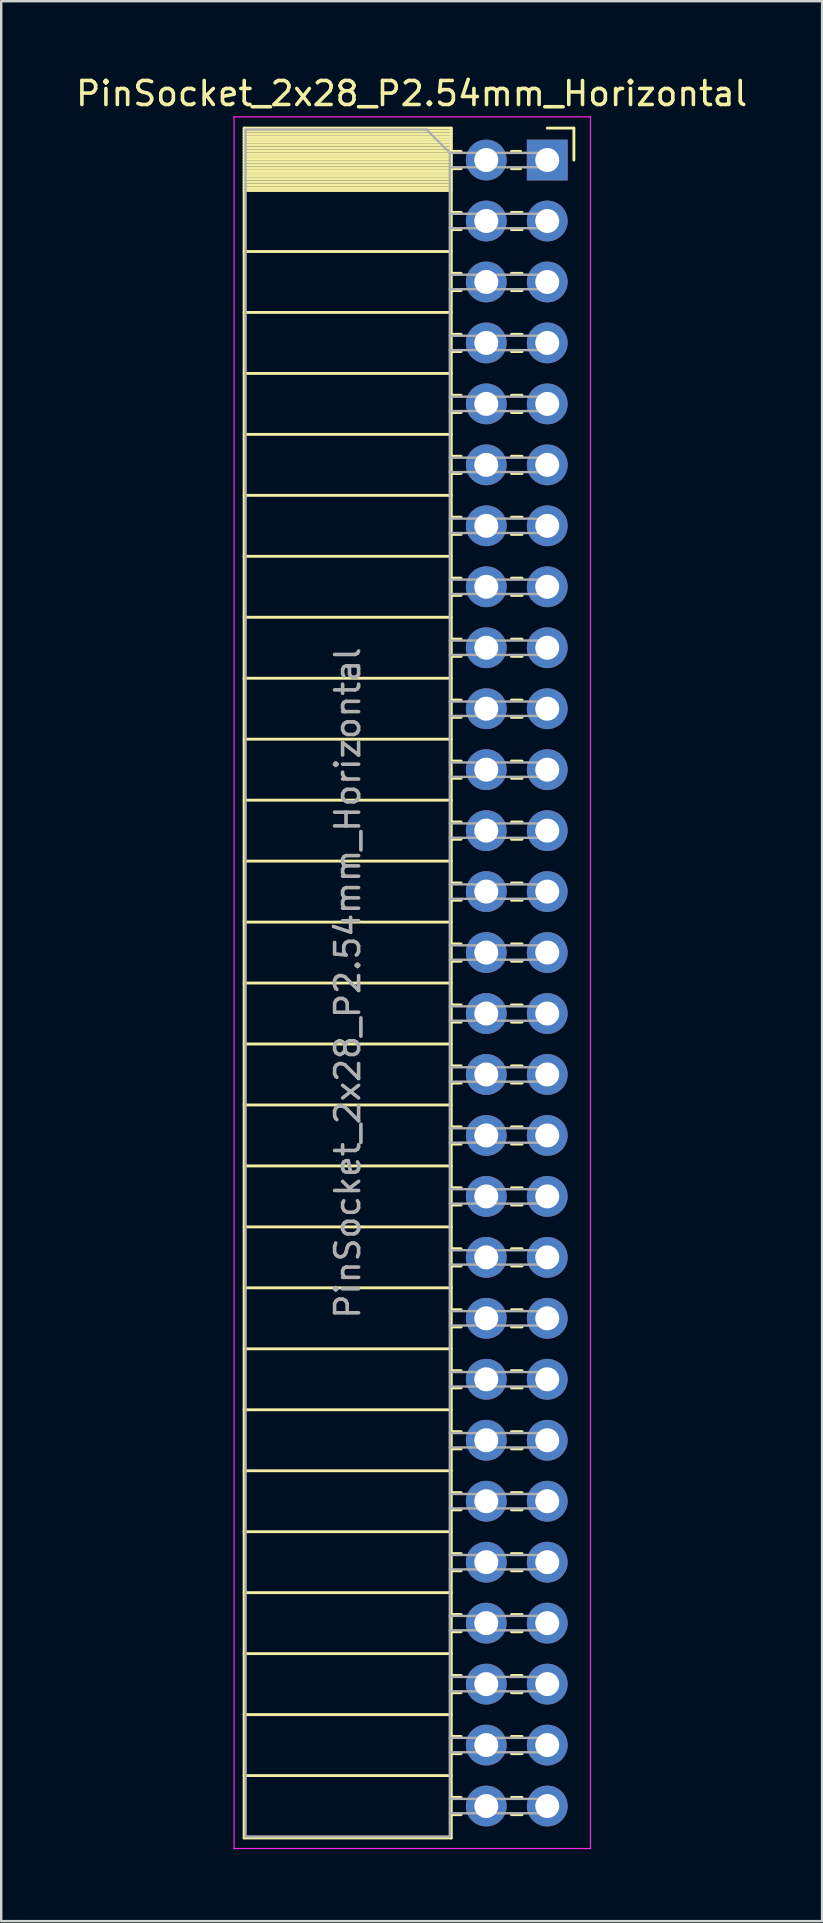
<source format=kicad_pcb>
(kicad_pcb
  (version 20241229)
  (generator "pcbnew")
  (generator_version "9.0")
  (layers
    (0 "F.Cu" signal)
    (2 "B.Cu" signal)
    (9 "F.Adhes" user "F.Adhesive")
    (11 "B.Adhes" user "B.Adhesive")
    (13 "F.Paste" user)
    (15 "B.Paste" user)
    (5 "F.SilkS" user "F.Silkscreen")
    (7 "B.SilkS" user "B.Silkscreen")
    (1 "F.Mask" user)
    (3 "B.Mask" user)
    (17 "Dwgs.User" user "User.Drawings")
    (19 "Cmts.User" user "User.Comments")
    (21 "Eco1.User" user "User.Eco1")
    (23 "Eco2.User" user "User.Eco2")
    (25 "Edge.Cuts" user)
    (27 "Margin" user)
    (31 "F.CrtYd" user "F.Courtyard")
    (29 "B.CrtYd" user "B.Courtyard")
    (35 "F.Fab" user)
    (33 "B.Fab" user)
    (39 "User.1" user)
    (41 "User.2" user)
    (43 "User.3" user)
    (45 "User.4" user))
  (footprint "PinSocket_2x28_P2.54mm_Horizontal"
    (layer "F.Cu")
    (at 19.751 3.618)
    (property "Reference" "PinSocket_2x28_P2.54mm_Horizontal" (at -5.65 -2.77 0) (layer "F.SilkS") (effects (font (size 1 1) (thickness 0.15))))
    (attr through_hole)
    (fp_line (start -12.63 -1.33) (end -12.63 69.91) (stroke (width 0.12) (type solid)) (layer "F.SilkS"))
    (fp_line (start -12.63 -1.33) (end -4 -1.33) (stroke (width 0.12) (type solid)) (layer "F.SilkS"))
    (fp_line (start -12.63 -1.21) (end -4 -1.21) (stroke (width 0.12) (type solid)) (layer "F.SilkS"))
    (fp_line (start -12.63 -1.092) (end -4 -1.092) (stroke (width 0.12) (type solid)) (layer "F.SilkS"))
    (fp_line (start -12.63 -0.974) (end -4 -0.974) (stroke (width 0.12) (type solid)) (layer "F.SilkS"))
    (fp_line (start -12.63 -0.856) (end -4 -0.856) (stroke (width 0.12) (type solid)) (layer "F.SilkS"))
    (fp_line (start -12.63 -0.738) (end -4 -0.738) (stroke (width 0.12) (type solid)) (layer "F.SilkS"))
    (fp_line (start -12.63 -0.62) (end -4 -0.62) (stroke (width 0.12) (type solid)) (layer "F.SilkS"))
    (fp_line (start -12.63 -0.501) (end -4 -0.501) (stroke (width 0.12) (type solid)) (layer "F.SilkS"))
    (fp_line (start -12.63 -0.383) (end -4 -0.383) (stroke (width 0.12) (type solid)) (layer "F.SilkS"))
    (fp_line (start -12.63 -0.265) (end -4 -0.265) (stroke (width 0.12) (type solid)) (layer "F.SilkS"))
    (fp_line (start -12.63 -0.147) (end -4 -0.147) (stroke (width 0.12) (type solid)) (layer "F.SilkS"))
    (fp_line (start -12.63 -0.029) (end -4 -0.029) (stroke (width 0.12) (type solid)) (layer "F.SilkS"))
    (fp_line (start -12.63 0.089) (end -4 0.089) (stroke (width 0.12) (type solid)) (layer "F.SilkS"))
    (fp_line (start -12.63 0.207) (end -4 0.207) (stroke (width 0.12) (type solid)) (layer "F.SilkS"))
    (fp_line (start -12.63 0.325) (end -4 0.325) (stroke (width 0.12) (type solid)) (layer "F.SilkS"))
    (fp_line (start -12.63 0.443) (end -4 0.443) (stroke (width 0.12) (type solid)) (layer "F.SilkS"))
    (fp_line (start -12.63 0.561) (end -4 0.561) (stroke (width 0.12) (type solid)) (layer "F.SilkS"))
    (fp_line (start -12.63 0.68) (end -4 0.68) (stroke (width 0.12) (type solid)) (layer "F.SilkS"))
    (fp_line (start -12.63 0.798) (end -4 0.798) (stroke (width 0.12) (type solid)) (layer "F.SilkS"))
    (fp_line (start -12.63 0.916) (end -4 0.916) (stroke (width 0.12) (type solid)) (layer "F.SilkS"))
    (fp_line (start -12.63 1.034) (end -4 1.034) (stroke (width 0.12) (type solid)) (layer "F.SilkS"))
    (fp_line (start -12.63 1.152) (end -4 1.152) (stroke (width 0.12) (type solid)) (layer "F.SilkS"))
    (fp_line (start -12.63 1.27) (end -4 1.27) (stroke (width 0.12) (type solid)) (layer "F.SilkS"))
    (fp_line (start -12.63 3.81) (end -4 3.81) (stroke (width 0.12) (type solid)) (layer "F.SilkS"))
    (fp_line (start -12.63 6.35) (end -4 6.35) (stroke (width 0.12) (type solid)) (layer "F.SilkS"))
    (fp_line (start -12.63 8.89) (end -4 8.89) (stroke (width 0.12) (type solid)) (layer "F.SilkS"))
    (fp_line (start -12.63 11.43) (end -4 11.43) (stroke (width 0.12) (type solid)) (layer "F.SilkS"))
    (fp_line (start -12.63 13.97) (end -4 13.97) (stroke (width 0.12) (type solid)) (layer "F.SilkS"))
    (fp_line (start -12.63 16.51) (end -4 16.51) (stroke (width 0.12) (type solid)) (layer "F.SilkS"))
    (fp_line (start -12.63 19.05) (end -4 19.05) (stroke (width 0.12) (type solid)) (layer "F.SilkS"))
    (fp_line (start -12.63 21.59) (end -4 21.59) (stroke (width 0.12) (type solid)) (layer "F.SilkS"))
    (fp_line (start -12.63 24.13) (end -4 24.13) (stroke (width 0.12) (type solid)) (layer "F.SilkS"))
    (fp_line (start -12.63 26.67) (end -4 26.67) (stroke (width 0.12) (type solid)) (layer "F.SilkS"))
    (fp_line (start -12.63 29.21) (end -4 29.21) (stroke (width 0.12) (type solid)) (layer "F.SilkS"))
    (fp_line (start -12.63 31.75) (end -4 31.75) (stroke (width 0.12) (type solid)) (layer "F.SilkS"))
    (fp_line (start -12.63 34.29) (end -4 34.29) (stroke (width 0.12) (type solid)) (layer "F.SilkS"))
    (fp_line (start -12.63 36.83) (end -4 36.83) (stroke (width 0.12) (type solid)) (layer "F.SilkS"))
    (fp_line (start -12.63 39.37) (end -4 39.37) (stroke (width 0.12) (type solid)) (layer "F.SilkS"))
    (fp_line (start -12.63 41.91) (end -4 41.91) (stroke (width 0.12) (type solid)) (layer "F.SilkS"))
    (fp_line (start -12.63 44.45) (end -4 44.45) (stroke (width 0.12) (type solid)) (layer "F.SilkS"))
    (fp_line (start -12.63 46.99) (end -4 46.99) (stroke (width 0.12) (type solid)) (layer "F.SilkS"))
    (fp_line (start -12.63 49.53) (end -4 49.53) (stroke (width 0.12) (type solid)) (layer "F.SilkS"))
    (fp_line (start -12.63 52.07) (end -4 52.07) (stroke (width 0.12) (type solid)) (layer "F.SilkS"))
    (fp_line (start -12.63 54.61) (end -4 54.61) (stroke (width 0.12) (type solid)) (layer "F.SilkS"))
    (fp_line (start -12.63 57.15) (end -4 57.15) (stroke (width 0.12) (type solid)) (layer "F.SilkS"))
    (fp_line (start -12.63 59.69) (end -4 59.69) (stroke (width 0.12) (type solid)) (layer "F.SilkS"))
    (fp_line (start -12.63 62.23) (end -4 62.23) (stroke (width 0.12) (type solid)) (layer "F.SilkS"))
    (fp_line (start -12.63 64.77) (end -4 64.77) (stroke (width 0.12) (type solid)) (layer "F.SilkS"))
    (fp_line (start -12.63 67.31) (end -4 67.31) (stroke (width 0.12) (type solid)) (layer "F.SilkS"))
    (fp_line (start -12.63 69.91) (end -4 69.91) (stroke (width 0.12) (type solid)) (layer "F.SilkS"))
    (fp_line (start -4 -1.33) (end -4 69.91) (stroke (width 0.12) (type solid)) (layer "F.SilkS"))
    (fp_line (start -4 -0.36) (end -3.59 -0.36) (stroke (width 0.12) (type solid)) (layer "F.SilkS"))
    (fp_line (start -4 0.36) (end -3.59 0.36) (stroke (width 0.12) (type solid)) (layer "F.SilkS"))
    (fp_line (start -4 2.18) (end -3.59 2.18) (stroke (width 0.12) (type solid)) (layer "F.SilkS"))
    (fp_line (start -4 2.9) (end -3.59 2.9) (stroke (width 0.12) (type solid)) (layer "F.SilkS"))
    (fp_line (start -4 4.72) (end -3.59 4.72) (stroke (width 0.12) (type solid)) (layer "F.SilkS"))
    (fp_line (start -4 5.44) (end -3.59 5.44) (stroke (width 0.12) (type solid)) (layer "F.SilkS"))
    (fp_line (start -4 7.26) (end -3.59 7.26) (stroke (width 0.12) (type solid)) (layer "F.SilkS"))
    (fp_line (start -4 7.98) (end -3.59 7.98) (stroke (width 0.12) (type solid)) (layer "F.SilkS"))
    (fp_line (start -4 9.8) (end -3.59 9.8) (stroke (width 0.12) (type solid)) (layer "F.SilkS"))
    (fp_line (start -4 10.52) (end -3.59 10.52) (stroke (width 0.12) (type solid)) (layer "F.SilkS"))
    (fp_line (start -4 12.34) (end -3.59 12.34) (stroke (width 0.12) (type solid)) (layer "F.SilkS"))
    (fp_line (start -4 13.06) (end -3.59 13.06) (stroke (width 0.12) (type solid)) (layer "F.SilkS"))
    (fp_line (start -4 14.88) (end -3.59 14.88) (stroke (width 0.12) (type solid)) (layer "F.SilkS"))
    (fp_line (start -4 15.6) (end -3.59 15.6) (stroke (width 0.12) (type solid)) (layer "F.SilkS"))
    (fp_line (start -4 17.42) (end -3.59 17.42) (stroke (width 0.12) (type solid)) (layer "F.SilkS"))
    (fp_line (start -4 18.14) (end -3.59 18.14) (stroke (width 0.12) (type solid)) (layer "F.SilkS"))
    (fp_line (start -4 19.96) (end -3.59 19.96) (stroke (width 0.12) (type solid)) (layer "F.SilkS"))
    (fp_line (start -4 20.68) (end -3.59 20.68) (stroke (width 0.12) (type solid)) (layer "F.SilkS"))
    (fp_line (start -4 22.5) (end -3.59 22.5) (stroke (width 0.12) (type solid)) (layer "F.SilkS"))
    (fp_line (start -4 23.22) (end -3.59 23.22) (stroke (width 0.12) (type solid)) (layer "F.SilkS"))
    (fp_line (start -4 25.04) (end -3.59 25.04) (stroke (width 0.12) (type solid)) (layer "F.SilkS"))
    (fp_line (start -4 25.76) (end -3.59 25.76) (stroke (width 0.12) (type solid)) (layer "F.SilkS"))
    (fp_line (start -4 27.58) (end -3.59 27.58) (stroke (width 0.12) (type solid)) (layer "F.SilkS"))
    (fp_line (start -4 28.3) (end -3.59 28.3) (stroke (width 0.12) (type solid)) (layer "F.SilkS"))
    (fp_line (start -4 30.12) (end -3.59 30.12) (stroke (width 0.12) (type solid)) (layer "F.SilkS"))
    (fp_line (start -4 30.84) (end -3.59 30.84) (stroke (width 0.12) (type solid)) (layer "F.SilkS"))
    (fp_line (start -4 32.66) (end -3.59 32.66) (stroke (width 0.12) (type solid)) (layer "F.SilkS"))
    (fp_line (start -4 33.38) (end -3.59 33.38) (stroke (width 0.12) (type solid)) (layer "F.SilkS"))
    (fp_line (start -4 35.2) (end -3.59 35.2) (stroke (width 0.12) (type solid)) (layer "F.SilkS"))
    (fp_line (start -4 35.92) (end -3.59 35.92) (stroke (width 0.12) (type solid)) (layer "F.SilkS"))
    (fp_line (start -4 37.74) (end -3.59 37.74) (stroke (width 0.12) (type solid)) (layer "F.SilkS"))
    (fp_line (start -4 38.46) (end -3.59 38.46) (stroke (width 0.12) (type solid)) (layer "F.SilkS"))
    (fp_line (start -4 40.28) (end -3.59 40.28) (stroke (width 0.12) (type solid)) (layer "F.SilkS"))
    (fp_line (start -4 41) (end -3.59 41) (stroke (width 0.12) (type solid)) (layer "F.SilkS"))
    (fp_line (start -4 42.82) (end -3.59 42.82) (stroke (width 0.12) (type solid)) (layer "F.SilkS"))
    (fp_line (start -4 43.54) (end -3.59 43.54) (stroke (width 0.12) (type solid)) (layer "F.SilkS"))
    (fp_line (start -4 45.36) (end -3.59 45.36) (stroke (width 0.12) (type solid)) (layer "F.SilkS"))
    (fp_line (start -4 46.08) (end -3.59 46.08) (stroke (width 0.12) (type solid)) (layer "F.SilkS"))
    (fp_line (start -4 47.9) (end -3.59 47.9) (stroke (width 0.12) (type solid)) (layer "F.SilkS"))
    (fp_line (start -4 48.62) (end -3.59 48.62) (stroke (width 0.12) (type solid)) (layer "F.SilkS"))
    (fp_line (start -4 50.44) (end -3.59 50.44) (stroke (width 0.12) (type solid)) (layer "F.SilkS"))
    (fp_line (start -4 51.16) (end -3.59 51.16) (stroke (width 0.12) (type solid)) (layer "F.SilkS"))
    (fp_line (start -4 52.98) (end -3.59 52.98) (stroke (width 0.12) (type solid)) (layer "F.SilkS"))
    (fp_line (start -4 53.7) (end -3.59 53.7) (stroke (width 0.12) (type solid)) (layer "F.SilkS"))
    (fp_line (start -4 55.52) (end -3.59 55.52) (stroke (width 0.12) (type solid)) (layer "F.SilkS"))
    (fp_line (start -4 56.24) (end -3.59 56.24) (stroke (width 0.12) (type solid)) (layer "F.SilkS"))
    (fp_line (start -4 58.06) (end -3.59 58.06) (stroke (width 0.12) (type solid)) (layer "F.SilkS"))
    (fp_line (start -4 58.78) (end -3.59 58.78) (stroke (width 0.12) (type solid)) (layer "F.SilkS"))
    (fp_line (start -4 60.6) (end -3.59 60.6) (stroke (width 0.12) (type solid)) (layer "F.SilkS"))
    (fp_line (start -4 61.32) (end -3.59 61.32) (stroke (width 0.12) (type solid)) (layer "F.SilkS"))
    (fp_line (start -4 63.14) (end -3.59 63.14) (stroke (width 0.12) (type solid)) (layer "F.SilkS"))
    (fp_line (start -4 63.86) (end -3.59 63.86) (stroke (width 0.12) (type solid)) (layer "F.SilkS"))
    (fp_line (start -4 65.68) (end -3.59 65.68) (stroke (width 0.12) (type solid)) (layer "F.SilkS"))
    (fp_line (start -4 66.4) (end -3.59 66.4) (stroke (width 0.12) (type solid)) (layer "F.SilkS"))
    (fp_line (start -4 68.22) (end -3.59 68.22) (stroke (width 0.12) (type solid)) (layer "F.SilkS"))
    (fp_line (start -4 68.94) (end -3.59 68.94) (stroke (width 0.12) (type solid)) (layer "F.SilkS"))
    (fp_line (start -1.49 -0.36) (end -1.11 -0.36) (stroke (width 0.12) (type solid)) (layer "F.SilkS"))
    (fp_line (start -1.49 0.36) (end -1.11 0.36) (stroke (width 0.12) (type solid)) (layer "F.SilkS"))
    (fp_line (start -1.49 2.18) (end -1.05 2.18) (stroke (width 0.12) (type solid)) (layer "F.SilkS"))
    (fp_line (start -1.49 2.9) (end -1.05 2.9) (stroke (width 0.12) (type solid)) (layer "F.SilkS"))
    (fp_line (start -1.49 4.72) (end -1.05 4.72) (stroke (width 0.12) (type solid)) (layer "F.SilkS"))
    (fp_line (start -1.49 5.44) (end -1.05 5.44) (stroke (width 0.12) (type solid)) (layer "F.SilkS"))
    (fp_line (start -1.49 7.26) (end -1.05 7.26) (stroke (width 0.12) (type solid)) (layer "F.SilkS"))
    (fp_line (start -1.49 7.98) (end -1.05 7.98) (stroke (width 0.12) (type solid)) (layer "F.SilkS"))
    (fp_line (start -1.49 9.8) (end -1.05 9.8) (stroke (width 0.12) (type solid)) (layer "F.SilkS"))
    (fp_line (start -1.49 10.52) (end -1.05 10.52) (stroke (width 0.12) (type solid)) (layer "F.SilkS"))
    (fp_line (start -1.49 12.34) (end -1.05 12.34) (stroke (width 0.12) (type solid)) (layer "F.SilkS"))
    (fp_line (start -1.49 13.06) (end -1.05 13.06) (stroke (width 0.12) (type solid)) (layer "F.SilkS"))
    (fp_line (start -1.49 14.88) (end -1.05 14.88) (stroke (width 0.12) (type solid)) (layer "F.SilkS"))
    (fp_line (start -1.49 15.6) (end -1.05 15.6) (stroke (width 0.12) (type solid)) (layer "F.SilkS"))
    (fp_line (start -1.49 17.42) (end -1.05 17.42) (stroke (width 0.12) (type solid)) (layer "F.SilkS"))
    (fp_line (start -1.49 18.14) (end -1.05 18.14) (stroke (width 0.12) (type solid)) (layer "F.SilkS"))
    (fp_line (start -1.49 19.96) (end -1.05 19.96) (stroke (width 0.12) (type solid)) (layer "F.SilkS"))
    (fp_line (start -1.49 20.68) (end -1.05 20.68) (stroke (width 0.12) (type solid)) (layer "F.SilkS"))
    (fp_line (start -1.49 22.5) (end -1.05 22.5) (stroke (width 0.12) (type solid)) (layer "F.SilkS"))
    (fp_line (start -1.49 23.22) (end -1.05 23.22) (stroke (width 0.12) (type solid)) (layer "F.SilkS"))
    (fp_line (start -1.49 25.04) (end -1.05 25.04) (stroke (width 0.12) (type solid)) (layer "F.SilkS"))
    (fp_line (start -1.49 25.76) (end -1.05 25.76) (stroke (width 0.12) (type solid)) (layer "F.SilkS"))
    (fp_line (start -1.49 27.58) (end -1.05 27.58) (stroke (width 0.12) (type solid)) (layer "F.SilkS"))
    (fp_line (start -1.49 28.3) (end -1.05 28.3) (stroke (width 0.12) (type solid)) (layer "F.SilkS"))
    (fp_line (start -1.49 30.12) (end -1.05 30.12) (stroke (width 0.12) (type solid)) (layer "F.SilkS"))
    (fp_line (start -1.49 30.84) (end -1.05 30.84) (stroke (width 0.12) (type solid)) (layer "F.SilkS"))
    (fp_line (start -1.49 32.66) (end -1.05 32.66) (stroke (width 0.12) (type solid)) (layer "F.SilkS"))
    (fp_line (start -1.49 33.38) (end -1.05 33.38) (stroke (width 0.12) (type solid)) (layer "F.SilkS"))
    (fp_line (start -1.49 35.2) (end -1.05 35.2) (stroke (width 0.12) (type solid)) (layer "F.SilkS"))
    (fp_line (start -1.49 35.92) (end -1.05 35.92) (stroke (width 0.12) (type solid)) (layer "F.SilkS"))
    (fp_line (start -1.49 37.74) (end -1.05 37.74) (stroke (width 0.12) (type solid)) (layer "F.SilkS"))
    (fp_line (start -1.49 38.46) (end -1.05 38.46) (stroke (width 0.12) (type solid)) (layer "F.SilkS"))
    (fp_line (start -1.49 40.28) (end -1.05 40.28) (stroke (width 0.12) (type solid)) (layer "F.SilkS"))
    (fp_line (start -1.49 41) (end -1.05 41) (stroke (width 0.12) (type solid)) (layer "F.SilkS"))
    (fp_line (start -1.49 42.82) (end -1.05 42.82) (stroke (width 0.12) (type solid)) (layer "F.SilkS"))
    (fp_line (start -1.49 43.54) (end -1.05 43.54) (stroke (width 0.12) (type solid)) (layer "F.SilkS"))
    (fp_line (start -1.49 45.36) (end -1.05 45.36) (stroke (width 0.12) (type solid)) (layer "F.SilkS"))
    (fp_line (start -1.49 46.08) (end -1.05 46.08) (stroke (width 0.12) (type solid)) (layer "F.SilkS"))
    (fp_line (start -1.49 47.9) (end -1.05 47.9) (stroke (width 0.12) (type solid)) (layer "F.SilkS"))
    (fp_line (start -1.49 48.62) (end -1.05 48.62) (stroke (width 0.12) (type solid)) (layer "F.SilkS"))
    (fp_line (start -1.49 50.44) (end -1.05 50.44) (stroke (width 0.12) (type solid)) (layer "F.SilkS"))
    (fp_line (start -1.49 51.16) (end -1.05 51.16) (stroke (width 0.12) (type solid)) (layer "F.SilkS"))
    (fp_line (start -1.49 52.98) (end -1.05 52.98) (stroke (width 0.12) (type solid)) (layer "F.SilkS"))
    (fp_line (start -1.49 53.7) (end -1.05 53.7) (stroke (width 0.12) (type solid)) (layer "F.SilkS"))
    (fp_line (start -1.49 55.52) (end -1.05 55.52) (stroke (width 0.12) (type solid)) (layer "F.SilkS"))
    (fp_line (start -1.49 56.24) (end -1.05 56.24) (stroke (width 0.12) (type solid)) (layer "F.SilkS"))
    (fp_line (start -1.49 58.06) (end -1.05 58.06) (stroke (width 0.12) (type solid)) (layer "F.SilkS"))
    (fp_line (start -1.49 58.78) (end -1.05 58.78) (stroke (width 0.12) (type solid)) (layer "F.SilkS"))
    (fp_line (start -1.49 60.6) (end -1.05 60.6) (stroke (width 0.12) (type solid)) (layer "F.SilkS"))
    (fp_line (start -1.49 61.32) (end -1.05 61.32) (stroke (width 0.12) (type solid)) (layer "F.SilkS"))
    (fp_line (start -1.49 63.14) (end -1.05 63.14) (stroke (width 0.12) (type solid)) (layer "F.SilkS"))
    (fp_line (start -1.49 63.86) (end -1.05 63.86) (stroke (width 0.12) (type solid)) (layer "F.SilkS"))
    (fp_line (start -1.49 65.68) (end -1.05 65.68) (stroke (width 0.12) (type solid)) (layer "F.SilkS"))
    (fp_line (start -1.49 66.4) (end -1.05 66.4) (stroke (width 0.12) (type solid)) (layer "F.SilkS"))
    (fp_line (start -1.49 68.22) (end -1.05 68.22) (stroke (width 0.12) (type solid)) (layer "F.SilkS"))
    (fp_line (start -1.49 68.94) (end -1.05 68.94) (stroke (width 0.12) (type solid)) (layer "F.SilkS"))
    (fp_line (start 0 -1.33) (end 1.11 -1.33) (stroke (width 0.12) (type solid)) (layer "F.SilkS"))
    (fp_line (start 1.11 -1.33) (end 1.11 0) (stroke (width 0.12) (type solid)) (layer "F.SilkS"))
    (fp_line (start -13.05 -1.8) (end -13.05 70.35) (stroke (width 0.05) (type solid)) (layer "F.CrtYd"))
    (fp_line (start -13.05 70.35) (end 1.8 70.35) (stroke (width 0.05) (type solid)) (layer "F.CrtYd"))
    (fp_line (start 1.8 -1.8) (end -13.05 -1.8) (stroke (width 0.05) (type solid)) (layer "F.CrtYd"))
    (fp_line (start 1.8 70.35) (end 1.8 -1.8) (stroke (width 0.05) (type solid)) (layer "F.CrtYd"))
    (fp_line (start -12.57 -1.27) (end -5.03 -1.27) (stroke (width 0.1) (type solid)) (layer "F.Fab"))
    (fp_line (start -12.57 69.85) (end -12.57 -1.27) (stroke (width 0.1) (type solid)) (layer "F.Fab"))
    (fp_line (start -5.03 -1.27) (end -4.06 -0.3) (stroke (width 0.1) (type solid)) (layer "F.Fab"))
    (fp_line (start -4.06 -0.3) (end -4.06 69.85) (stroke (width 0.1) (type solid)) (layer "F.Fab"))
    (fp_line (start -4.06 0.3) (end 0 0.3) (stroke (width 0.1) (type solid)) (layer "F.Fab"))
    (fp_line (start -4.06 2.84) (end 0 2.84) (stroke (width 0.1) (type solid)) (layer "F.Fab"))
    (fp_line (start -4.06 5.38) (end 0 5.38) (stroke (width 0.1) (type solid)) (layer "F.Fab"))
    (fp_line (start -4.06 7.92) (end 0 7.92) (stroke (width 0.1) (type solid)) (layer "F.Fab"))
    (fp_line (start -4.06 10.46) (end 0 10.46) (stroke (width 0.1) (type solid)) (layer "F.Fab"))
    (fp_line (start -4.06 13) (end 0 13) (stroke (width 0.1) (type solid)) (layer "F.Fab"))
    (fp_line (start -4.06 15.54) (end 0 15.54) (stroke (width 0.1) (type solid)) (layer "F.Fab"))
    (fp_line (start -4.06 18.08) (end 0 18.08) (stroke (width 0.1) (type solid)) (layer "F.Fab"))
    (fp_line (start -4.06 20.62) (end 0 20.62) (stroke (width 0.1) (type solid)) (layer "F.Fab"))
    (fp_line (start -4.06 23.16) (end 0 23.16) (stroke (width 0.1) (type solid)) (layer "F.Fab"))
    (fp_line (start -4.06 25.7) (end 0 25.7) (stroke (width 0.1) (type solid)) (layer "F.Fab"))
    (fp_line (start -4.06 28.24) (end 0 28.24) (stroke (width 0.1) (type solid)) (layer "F.Fab"))
    (fp_line (start -4.06 30.78) (end 0 30.78) (stroke (width 0.1) (type solid)) (layer "F.Fab"))
    (fp_line (start -4.06 33.32) (end 0 33.32) (stroke (width 0.1) (type solid)) (layer "F.Fab"))
    (fp_line (start -4.06 35.86) (end 0 35.86) (stroke (width 0.1) (type solid)) (layer "F.Fab"))
    (fp_line (start -4.06 38.4) (end 0 38.4) (stroke (width 0.1) (type solid)) (layer "F.Fab"))
    (fp_line (start -4.06 40.94) (end 0 40.94) (stroke (width 0.1) (type solid)) (layer "F.Fab"))
    (fp_line (start -4.06 43.48) (end 0 43.48) (stroke (width 0.1) (type solid)) (layer "F.Fab"))
    (fp_line (start -4.06 46.02) (end 0 46.02) (stroke (width 0.1) (type solid)) (layer "F.Fab"))
    (fp_line (start -4.06 48.56) (end 0 48.56) (stroke (width 0.1) (type solid)) (layer "F.Fab"))
    (fp_line (start -4.06 51.1) (end 0 51.1) (stroke (width 0.1) (type solid)) (layer "F.Fab"))
    (fp_line (start -4.06 53.64) (end 0 53.64) (stroke (width 0.1) (type solid)) (layer "F.Fab"))
    (fp_line (start -4.06 56.18) (end 0 56.18) (stroke (width 0.1) (type solid)) (layer "F.Fab"))
    (fp_line (start -4.06 58.72) (end 0 58.72) (stroke (width 0.1) (type solid)) (layer "F.Fab"))
    (fp_line (start -4.06 61.26) (end 0 61.26) (stroke (width 0.1) (type solid)) (layer "F.Fab"))
    (fp_line (start -4.06 63.8) (end 0 63.8) (stroke (width 0.1) (type solid)) (layer "F.Fab"))
    (fp_line (start -4.06 66.34) (end 0 66.34) (stroke (width 0.1) (type solid)) (layer "F.Fab"))
    (fp_line (start -4.06 68.88) (end 0 68.88) (stroke (width 0.1) (type solid)) (layer "F.Fab"))
    (fp_line (start -4.06 69.85) (end -12.57 69.85) (stroke (width 0.1) (type solid)) (layer "F.Fab"))
    (fp_line (start 0 -0.3) (end -4.06 -0.3) (stroke (width 0.1) (type solid)) (layer "F.Fab"))
    (fp_line (start 0 0.3) (end 0 -0.3) (stroke (width 0.1) (type solid)) (layer "F.Fab"))
    (fp_line (start 0 2.24) (end -4.06 2.24) (stroke (width 0.1) (type solid)) (layer "F.Fab"))
    (fp_line (start 0 2.84) (end 0 2.24) (stroke (width 0.1) (type solid)) (layer "F.Fab"))
    (fp_line (start 0 4.78) (end -4.06 4.78) (stroke (width 0.1) (type solid)) (layer "F.Fab"))
    (fp_line (start 0 5.38) (end 0 4.78) (stroke (width 0.1) (type solid)) (layer "F.Fab"))
    (fp_line (start 0 7.32) (end -4.06 7.32) (stroke (width 0.1) (type solid)) (layer "F.Fab"))
    (fp_line (start 0 7.92) (end 0 7.32) (stroke (width 0.1) (type solid)) (layer "F.Fab"))
    (fp_line (start 0 9.86) (end -4.06 9.86) (stroke (width 0.1) (type solid)) (layer "F.Fab"))
    (fp_line (start 0 10.46) (end 0 9.86) (stroke (width 0.1) (type solid)) (layer "F.Fab"))
    (fp_line (start 0 12.4) (end -4.06 12.4) (stroke (width 0.1) (type solid)) (layer "F.Fab"))
    (fp_line (start 0 13) (end 0 12.4) (stroke (width 0.1) (type solid)) (layer "F.Fab"))
    (fp_line (start 0 14.94) (end -4.06 14.94) (stroke (width 0.1) (type solid)) (layer "F.Fab"))
    (fp_line (start 0 15.54) (end 0 14.94) (stroke (width 0.1) (type solid)) (layer "F.Fab"))
    (fp_line (start 0 17.48) (end -4.06 17.48) (stroke (width 0.1) (type solid)) (layer "F.Fab"))
    (fp_line (start 0 18.08) (end 0 17.48) (stroke (width 0.1) (type solid)) (layer "F.Fab"))
    (fp_line (start 0 20.02) (end -4.06 20.02) (stroke (width 0.1) (type solid)) (layer "F.Fab"))
    (fp_line (start 0 20.62) (end 0 20.02) (stroke (width 0.1) (type solid)) (layer "F.Fab"))
    (fp_line (start 0 22.56) (end -4.06 22.56) (stroke (width 0.1) (type solid)) (layer "F.Fab"))
    (fp_line (start 0 23.16) (end 0 22.56) (stroke (width 0.1) (type solid)) (layer "F.Fab"))
    (fp_line (start 0 25.1) (end -4.06 25.1) (stroke (width 0.1) (type solid)) (layer "F.Fab"))
    (fp_line (start 0 25.7) (end 0 25.1) (stroke (width 0.1) (type solid)) (layer "F.Fab"))
    (fp_line (start 0 27.64) (end -4.06 27.64) (stroke (width 0.1) (type solid)) (layer "F.Fab"))
    (fp_line (start 0 28.24) (end 0 27.64) (stroke (width 0.1) (type solid)) (layer "F.Fab"))
    (fp_line (start 0 30.18) (end -4.06 30.18) (stroke (width 0.1) (type solid)) (layer "F.Fab"))
    (fp_line (start 0 30.78) (end 0 30.18) (stroke (width 0.1) (type solid)) (layer "F.Fab"))
    (fp_line (start 0 32.72) (end -4.06 32.72) (stroke (width 0.1) (type solid)) (layer "F.Fab"))
    (fp_line (start 0 33.32) (end 0 32.72) (stroke (width 0.1) (type solid)) (layer "F.Fab"))
    (fp_line (start 0 35.26) (end -4.06 35.26) (stroke (width 0.1) (type solid)) (layer "F.Fab"))
    (fp_line (start 0 35.86) (end 0 35.26) (stroke (width 0.1) (type solid)) (layer "F.Fab"))
    (fp_line (start 0 37.8) (end -4.06 37.8) (stroke (width 0.1) (type solid)) (layer "F.Fab"))
    (fp_line (start 0 38.4) (end 0 37.8) (stroke (width 0.1) (type solid)) (layer "F.Fab"))
    (fp_line (start 0 40.34) (end -4.06 40.34) (stroke (width 0.1) (type solid)) (layer "F.Fab"))
    (fp_line (start 0 40.94) (end 0 40.34) (stroke (width 0.1) (type solid)) (layer "F.Fab"))
    (fp_line (start 0 42.88) (end -4.06 42.88) (stroke (width 0.1) (type solid)) (layer "F.Fab"))
    (fp_line (start 0 43.48) (end 0 42.88) (stroke (width 0.1) (type solid)) (layer "F.Fab"))
    (fp_line (start 0 45.42) (end -4.06 45.42) (stroke (width 0.1) (type solid)) (layer "F.Fab"))
    (fp_line (start 0 46.02) (end 0 45.42) (stroke (width 0.1) (type solid)) (layer "F.Fab"))
    (fp_line (start 0 47.96) (end -4.06 47.96) (stroke (width 0.1) (type solid)) (layer "F.Fab"))
    (fp_line (start 0 48.56) (end 0 47.96) (stroke (width 0.1) (type solid)) (layer "F.Fab"))
    (fp_line (start 0 50.5) (end -4.06 50.5) (stroke (width 0.1) (type solid)) (layer "F.Fab"))
    (fp_line (start 0 51.1) (end 0 50.5) (stroke (width 0.1) (type solid)) (layer "F.Fab"))
    (fp_line (start 0 53.04) (end -4.06 53.04) (stroke (width 0.1) (type solid)) (layer "F.Fab"))
    (fp_line (start 0 53.64) (end 0 53.04) (stroke (width 0.1) (type solid)) (layer "F.Fab"))
    (fp_line (start 0 55.58) (end -4.06 55.58) (stroke (width 0.1) (type solid)) (layer "F.Fab"))
    (fp_line (start 0 56.18) (end 0 55.58) (stroke (width 0.1) (type solid)) (layer "F.Fab"))
    (fp_line (start 0 58.12) (end -4.06 58.12) (stroke (width 0.1) (type solid)) (layer "F.Fab"))
    (fp_line (start 0 58.72) (end 0 58.12) (stroke (width 0.1) (type solid)) (layer "F.Fab"))
    (fp_line (start 0 60.66) (end -4.06 60.66) (stroke (width 0.1) (type solid)) (layer "F.Fab"))
    (fp_line (start 0 61.26) (end 0 60.66) (stroke (width 0.1) (type solid)) (layer "F.Fab"))
    (fp_line (start 0 63.2) (end -4.06 63.2) (stroke (width 0.1) (type solid)) (layer "F.Fab"))
    (fp_line (start 0 63.8) (end 0 63.2) (stroke (width 0.1) (type solid)) (layer "F.Fab"))
    (fp_line (start 0 65.74) (end -4.06 65.74) (stroke (width 0.1) (type solid)) (layer "F.Fab"))
    (fp_line (start 0 66.34) (end 0 65.74) (stroke (width 0.1) (type solid)) (layer "F.Fab"))
    (fp_line (start 0 68.28) (end -4.06 68.28) (stroke (width 0.1) (type solid)) (layer "F.Fab"))
    (fp_line (start 0 68.88) (end 0 68.28) (stroke (width 0.1) (type solid)) (layer "F.Fab"))
    (fp_text user "${REFERENCE}" (at -8.315 34.29 90) (layer "F.Fab") (effects (font (size 1 1) (thickness 0.15))))
    (pad "1" thru_hole rect (at 0 0) (size 1.7 1.7) (drill 1) (layers "*.Cu" "*.Mask"))
    (pad "2" thru_hole circle (at -2.54 0) (size 1.7 1.7) (drill 1) (layers "*.Cu" "*.Mask"))
    (pad "3" thru_hole circle (at 0 2.54) (size 1.7 1.7) (drill 1) (layers "*.Cu" "*.Mask"))
    (pad "4" thru_hole circle (at -2.54 2.54) (size 1.7 1.7) (drill 1) (layers "*.Cu" "*.Mask"))
    (pad "5" thru_hole circle (at 0 5.08) (size 1.7 1.7) (drill 1) (layers "*.Cu" "*.Mask"))
    (pad "6" thru_hole circle (at -2.54 5.08) (size 1.7 1.7) (drill 1) (layers "*.Cu" "*.Mask"))
    (pad "7" thru_hole circle (at 0 7.62) (size 1.7 1.7) (drill 1) (layers "*.Cu" "*.Mask"))
    (pad "8" thru_hole circle (at -2.54 7.62) (size 1.7 1.7) (drill 1) (layers "*.Cu" "*.Mask"))
    (pad "9" thru_hole circle (at 0 10.16) (size 1.7 1.7) (drill 1) (layers "*.Cu" "*.Mask"))
    (pad "10" thru_hole circle (at -2.54 10.16) (size 1.7 1.7) (drill 1) (layers "*.Cu" "*.Mask"))
    (pad "11" thru_hole circle (at 0 12.7) (size 1.7 1.7) (drill 1) (layers "*.Cu" "*.Mask"))
    (pad "12" thru_hole circle (at -2.54 12.7) (size 1.7 1.7) (drill 1) (layers "*.Cu" "*.Mask"))
    (pad "13" thru_hole circle (at 0 15.24) (size 1.7 1.7) (drill 1) (layers "*.Cu" "*.Mask"))
    (pad "14" thru_hole circle (at -2.54 15.24) (size 1.7 1.7) (drill 1) (layers "*.Cu" "*.Mask"))
    (pad "15" thru_hole circle (at 0 17.78) (size 1.7 1.7) (drill 1) (layers "*.Cu" "*.Mask"))
    (pad "16" thru_hole circle (at -2.54 17.78) (size 1.7 1.7) (drill 1) (layers "*.Cu" "*.Mask"))
    (pad "17" thru_hole circle (at 0 20.32) (size 1.7 1.7) (drill 1) (layers "*.Cu" "*.Mask"))
    (pad "18" thru_hole circle (at -2.54 20.32) (size 1.7 1.7) (drill 1) (layers "*.Cu" "*.Mask"))
    (pad "19" thru_hole circle (at 0 22.86) (size 1.7 1.7) (drill 1) (layers "*.Cu" "*.Mask"))
    (pad "20" thru_hole circle (at -2.54 22.86) (size 1.7 1.7) (drill 1) (layers "*.Cu" "*.Mask"))
    (pad "21" thru_hole circle (at 0 25.4) (size 1.7 1.7) (drill 1) (layers "*.Cu" "*.Mask"))
    (pad "22" thru_hole circle (at -2.54 25.4) (size 1.7 1.7) (drill 1) (layers "*.Cu" "*.Mask"))
    (pad "23" thru_hole circle (at 0 27.94) (size 1.7 1.7) (drill 1) (layers "*.Cu" "*.Mask"))
    (pad "24" thru_hole circle (at -2.54 27.94) (size 1.7 1.7) (drill 1) (layers "*.Cu" "*.Mask"))
    (pad "25" thru_hole circle (at 0 30.48) (size 1.7 1.7) (drill 1) (layers "*.Cu" "*.Mask"))
    (pad "26" thru_hole circle (at -2.54 30.48) (size 1.7 1.7) (drill 1) (layers "*.Cu" "*.Mask"))
    (pad "27" thru_hole circle (at 0 33.02) (size 1.7 1.7) (drill 1) (layers "*.Cu" "*.Mask"))
    (pad "28" thru_hole circle (at -2.54 33.02) (size 1.7 1.7) (drill 1) (layers "*.Cu" "*.Mask"))
    (pad "29" thru_hole circle (at 0 35.56) (size 1.7 1.7) (drill 1) (layers "*.Cu" "*.Mask"))
    (pad "30" thru_hole circle (at -2.54 35.56) (size 1.7 1.7) (drill 1) (layers "*.Cu" "*.Mask"))
    (pad "31" thru_hole circle (at 0 38.1) (size 1.7 1.7) (drill 1) (layers "*.Cu" "*.Mask"))
    (pad "32" thru_hole circle (at -2.54 38.1) (size 1.7 1.7) (drill 1) (layers "*.Cu" "*.Mask"))
    (pad "33" thru_hole circle (at 0 40.64) (size 1.7 1.7) (drill 1) (layers "*.Cu" "*.Mask"))
    (pad "34" thru_hole circle (at -2.54 40.64) (size 1.7 1.7) (drill 1) (layers "*.Cu" "*.Mask"))
    (pad "35" thru_hole circle (at 0 43.18) (size 1.7 1.7) (drill 1) (layers "*.Cu" "*.Mask"))
    (pad "36" thru_hole circle (at -2.54 43.18) (size 1.7 1.7) (drill 1) (layers "*.Cu" "*.Mask"))
    (pad "37" thru_hole circle (at 0 45.72) (size 1.7 1.7) (drill 1) (layers "*.Cu" "*.Mask"))
    (pad "38" thru_hole circle (at -2.54 45.72) (size 1.7 1.7) (drill 1) (layers "*.Cu" "*.Mask"))
    (pad "39" thru_hole circle (at 0 48.26) (size 1.7 1.7) (drill 1) (layers "*.Cu" "*.Mask"))
    (pad "40" thru_hole circle (at -2.54 48.26) (size 1.7 1.7) (drill 1) (layers "*.Cu" "*.Mask"))
    (pad "41" thru_hole circle (at 0 50.8) (size 1.7 1.7) (drill 1) (layers "*.Cu" "*.Mask"))
    (pad "42" thru_hole circle (at -2.54 50.8) (size 1.7 1.7) (drill 1) (layers "*.Cu" "*.Mask"))
    (pad "43" thru_hole circle (at 0 53.34) (size 1.7 1.7) (drill 1) (layers "*.Cu" "*.Mask"))
    (pad "44" thru_hole circle (at -2.54 53.34) (size 1.7 1.7) (drill 1) (layers "*.Cu" "*.Mask"))
    (pad "45" thru_hole circle (at 0 55.88) (size 1.7 1.7) (drill 1) (layers "*.Cu" "*.Mask"))
    (pad "46" thru_hole circle (at -2.54 55.88) (size 1.7 1.7) (drill 1) (layers "*.Cu" "*.Mask"))
    (pad "47" thru_hole circle (at 0 58.42) (size 1.7 1.7) (drill 1) (layers "*.Cu" "*.Mask"))
    (pad "48" thru_hole circle (at -2.54 58.42) (size 1.7 1.7) (drill 1) (layers "*.Cu" "*.Mask"))
    (pad "49" thru_hole circle (at 0 60.96) (size 1.7 1.7) (drill 1) (layers "*.Cu" "*.Mask"))
    (pad "50" thru_hole circle (at -2.54 60.96) (size 1.7 1.7) (drill 1) (layers "*.Cu" "*.Mask"))
    (pad "51" thru_hole circle (at 0 63.5) (size 1.7 1.7) (drill 1) (layers "*.Cu" "*.Mask"))
    (pad "52" thru_hole circle (at -2.54 63.5) (size 1.7 1.7) (drill 1) (layers "*.Cu" "*.Mask"))
    (pad "53" thru_hole circle (at 0 66.04) (size 1.7 1.7) (drill 1) (layers "*.Cu" "*.Mask"))
    (pad "54" thru_hole circle (at -2.54 66.04) (size 1.7 1.7) (drill 1) (layers "*.Cu" "*.Mask"))
    (pad "55" thru_hole circle (at 0 68.58) (size 1.7 1.7) (drill 1) (layers "*.Cu" "*.Mask"))
    (pad "56" thru_hole circle (at -2.54 68.58) (size 1.7 1.7) (drill 1) (layers "*.Cu" "*.Mask")))
  (gr_rect
    (start -3 -3)
    (end 31.202 76.993)
    (stroke (width 0.1) (type default))
    (fill no)
    (layer "Edge.Cuts")))
</source>
